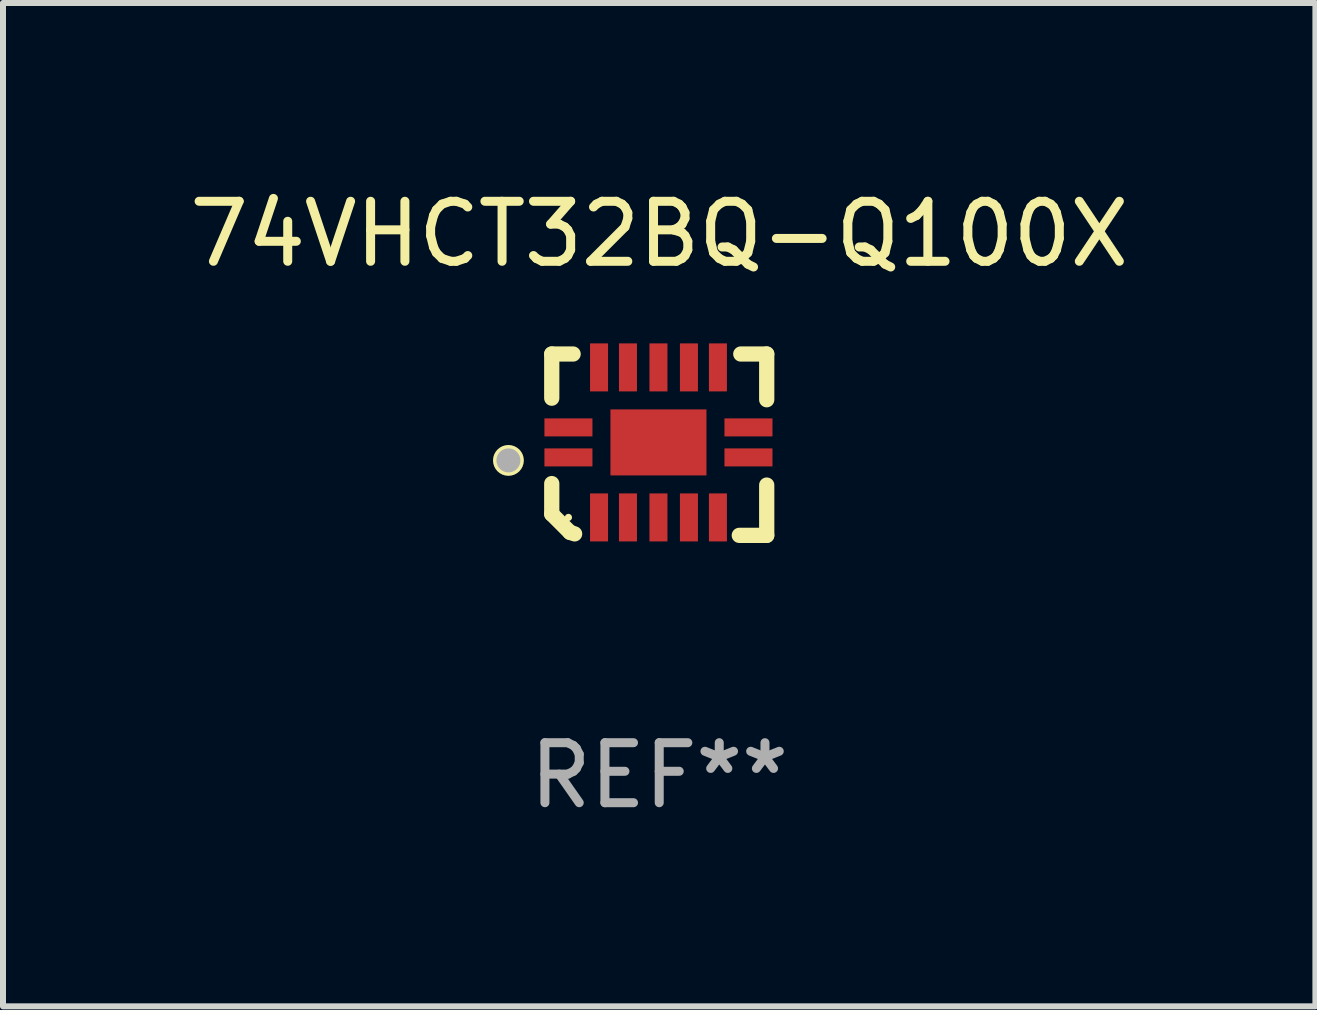
<source format=kicad_pcb>
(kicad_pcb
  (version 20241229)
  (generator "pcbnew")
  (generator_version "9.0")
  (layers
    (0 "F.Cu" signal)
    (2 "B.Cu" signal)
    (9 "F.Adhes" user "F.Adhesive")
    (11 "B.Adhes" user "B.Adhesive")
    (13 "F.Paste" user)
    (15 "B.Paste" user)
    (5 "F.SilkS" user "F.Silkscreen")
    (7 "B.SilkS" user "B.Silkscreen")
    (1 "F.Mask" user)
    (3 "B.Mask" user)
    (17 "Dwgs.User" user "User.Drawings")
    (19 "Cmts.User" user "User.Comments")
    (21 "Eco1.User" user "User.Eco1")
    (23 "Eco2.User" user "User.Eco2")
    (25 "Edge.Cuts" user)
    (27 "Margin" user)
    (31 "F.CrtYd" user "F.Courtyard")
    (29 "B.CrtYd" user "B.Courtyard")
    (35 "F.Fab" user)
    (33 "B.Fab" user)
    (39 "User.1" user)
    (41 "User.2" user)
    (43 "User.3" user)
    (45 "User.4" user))
  (footprint "74VHCT32BQ-Q100X"
    (layer "F.Cu")
    (at 7.935 4.36)
    (property "Reference" "74VHCT32BQ-Q100X" (at 0 -3.511 0) (layer "F.SilkS") (effects (font (size 1 1) (thickness 0.15))))
    (attr through_hole)
    (fp_line (start -1.791 -1.511) (end -1.435 -1.511) (stroke (width 0.254) (type solid)) (layer "F.SilkS"))
    (fp_line (start -1.791 -0.775) (end -1.791 -1.511) (stroke (width 0.254) (type solid)) (layer "F.SilkS"))
    (fp_line (start -1.791 1.156) (end -1.791 0.648) (stroke (width 0.254) (type solid)) (layer "F.SilkS"))
    (fp_line (start -1.486 1.461) (end -1.791 1.156) (stroke (width 0.254) (type solid)) (layer "F.SilkS"))
    (fp_line (start -1.41 1.486) (end -1.486 1.461) (stroke (width 0.254) (type solid)) (layer "F.SilkS"))
    (fp_line (start 1.334 1.511) (end 1.791 1.511) (stroke (width 0.254) (type solid)) (layer "F.SilkS"))
    (fp_line (start 1.791 -1.511) (end 1.359 -1.511) (stroke (width 0.254) (type solid)) (layer "F.SilkS"))
    (fp_line (start 1.791 -0.749) (end 1.791 -1.511) (stroke (width 0.254) (type solid)) (layer "F.SilkS"))
    (fp_line (start 1.791 1.511) (end 1.791 0.673) (stroke (width 0.254) (type solid)) (layer "F.SilkS"))
    (fp_circle (center -2.513 0.262) (end -2.383 0.262) (stroke (width 0.254) (type solid)) (fill no) (layer "F.SilkS"))
    (fp_circle (center -1.513 1.212) (end -1.483 1.212) (stroke (width 0.06) (type solid)) (fill no) (layer "F.SilkS"))
    (fp_circle (center -2.513 0.262) (end -2.413 0.262) (stroke (width 0.2) (type solid)) (fill no) (layer "F.Fab"))
    (fp_text user "REF**" (at 0 5.511 0) (layer "F.Fab") (effects (font (size 1 1) (thickness 0.15))))
    (pad "1" smd rect (at -1.513 0.212) (size 0.8 0.3) (layers "F.Cu" "F.Mask" "F.Paste"))
    (pad "2" smd rect (at -1.003 1.212) (size 0.3 0.8) (layers "F.Cu" "F.Mask" "F.Paste"))
    (pad "3" smd rect (at -0.521 1.212) (size 0.3 0.8) (layers "F.Cu" "F.Mask" "F.Paste"))
    (pad "4" smd rect (at -0.013 1.212) (size 0.3 0.8) (layers "F.Cu" "F.Mask" "F.Paste"))
    (pad "5" smd rect (at 0.495 1.212) (size 0.3 0.8) (layers "F.Cu" "F.Mask" "F.Paste"))
    (pad "6" smd rect (at 0.978 1.212) (size 0.3 0.8) (layers "F.Cu" "F.Mask" "F.Paste"))
    (pad "7" smd rect (at 1.487 0.212) (size 0.8 0.3) (layers "F.Cu" "F.Mask" "F.Paste"))
    (pad "8" smd rect (at 1.487 -0.288) (size 0.8 0.3) (layers "F.Cu" "F.Mask" "F.Paste"))
    (pad "9" smd rect (at 0.978 -1.288) (size 0.3 0.8) (layers "F.Cu" "F.Mask" "F.Paste"))
    (pad "10" smd rect (at 0.495 -1.288) (size 0.3 0.8) (layers "F.Cu" "F.Mask" "F.Paste"))
    (pad "11" smd rect (at -0.013 -1.288) (size 0.3 0.8) (layers "F.Cu" "F.Mask" "F.Paste"))
    (pad "12" smd rect (at -0.521 -1.288) (size 0.3 0.8) (layers "F.Cu" "F.Mask" "F.Paste"))
    (pad "13" smd rect (at -1.003 -1.288) (size 0.3 0.8) (layers "F.Cu" "F.Mask" "F.Paste"))
    (pad "14" smd rect (at -1.513 -0.288) (size 0.8 0.3) (layers "F.Cu" "F.Mask" "F.Paste"))
    (pad "15" smd rect (at -0.013 -0.038 90) (size 1.1 1.6) (layers "F.Cu" "F.Mask" "F.Paste")))
  (gr_rect
    (start -3 -3)
    (end 18.869 13.719)
    (stroke (width 0.1) (type default))
    (fill no)
    (layer "Edge.Cuts")))
</source>
